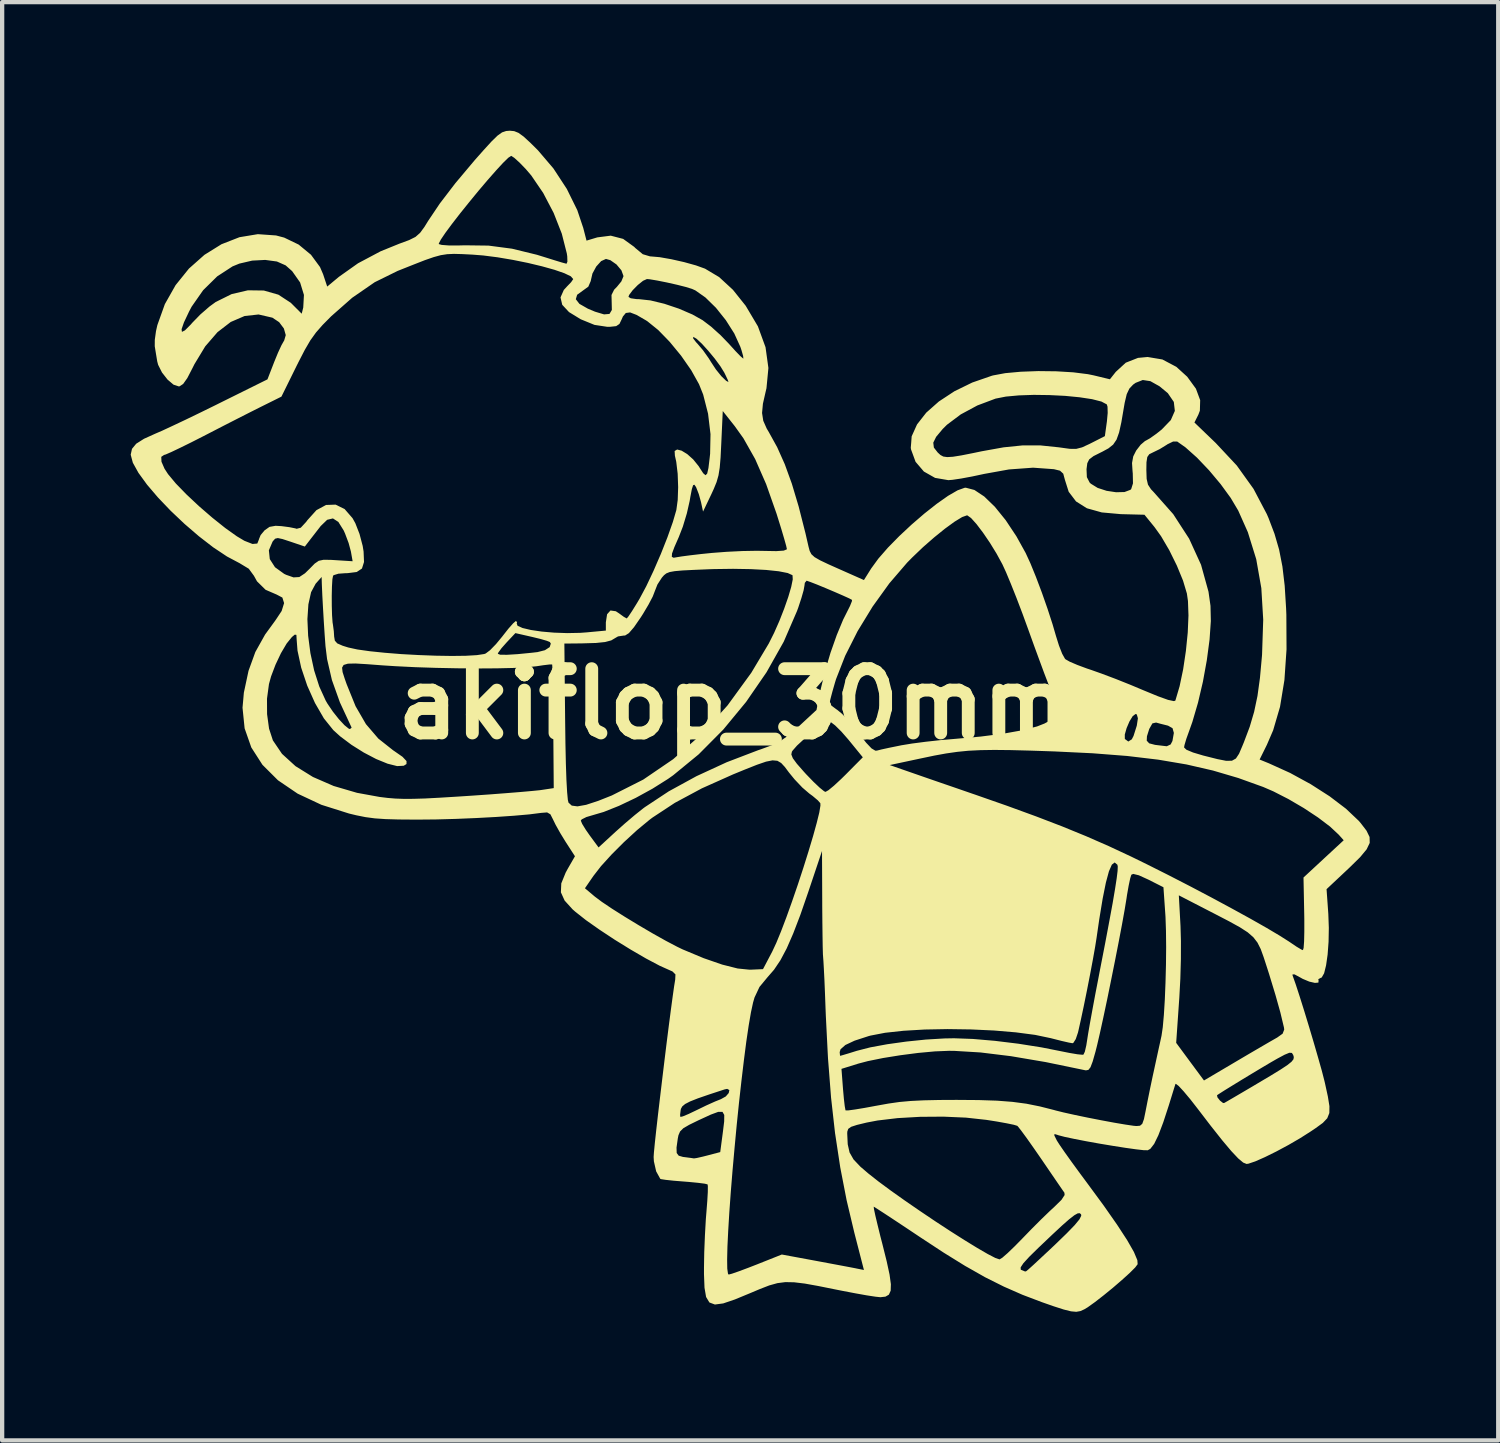
<source format=kicad_pcb>
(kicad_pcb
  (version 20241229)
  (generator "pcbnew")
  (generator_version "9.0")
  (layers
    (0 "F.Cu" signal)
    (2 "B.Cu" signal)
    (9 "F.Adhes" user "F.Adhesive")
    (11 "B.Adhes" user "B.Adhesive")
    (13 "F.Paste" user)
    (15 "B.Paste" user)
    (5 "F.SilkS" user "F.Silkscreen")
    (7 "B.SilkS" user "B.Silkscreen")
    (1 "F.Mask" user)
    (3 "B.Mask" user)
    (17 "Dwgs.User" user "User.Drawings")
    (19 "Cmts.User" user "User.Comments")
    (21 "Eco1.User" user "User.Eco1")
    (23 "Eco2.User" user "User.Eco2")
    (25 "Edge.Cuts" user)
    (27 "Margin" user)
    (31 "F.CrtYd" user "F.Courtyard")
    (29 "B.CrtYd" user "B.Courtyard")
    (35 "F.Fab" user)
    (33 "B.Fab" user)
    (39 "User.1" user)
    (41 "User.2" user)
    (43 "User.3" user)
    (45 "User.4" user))
  (footprint "akiflop_30mm"
    (layer "F.Cu")
    (at 14.079 13.375)
    (property "Reference" "akiflop_30mm" (at 0 0 0) (layer "F.SilkS") (effects (font (size 1.5 1.5) (thickness 0.3))))
    (attr board_only exclude_from_pos_files exclude_from_bom)
    (fp_poly (pts (xy -5.131 -13.365) (xy -5.031 -13.325) (xy -4.913 -13.24) (xy -4.755 -13.095) (xy -4.575 -12.916) (xy -4.216 -12.495) (xy -3.903 -12.017) (xy -3.658 -11.52) (xy -3.519 -11.105) (xy -3.443 -10.81) (xy -3.191 -10.886) (xy -2.878 -10.926) (xy -2.589 -10.851) (xy -2.33 -10.664) (xy -2.307 -10.64) (xy -2.13 -10.493) (xy -1.959 -10.442) (xy -1.944 -10.442) (xy -1.737 -10.424) (xy -1.463 -10.376) (xy -1.166 -10.309) (xy -0.889 -10.232) (xy -0.678 -10.156) (xy -0.348 -9.959) (xy -0.027 -9.663) (xy 0.271 -9.29) (xy 0.556 -8.81) (xy 0.734 -8.323) (xy 0.801 -7.838) (xy 0.756 -7.366) (xy 0.739 -7.295) (xy 0.673 -7.005) (xy 0.653 -6.788) (xy 0.681 -6.607) (xy 0.761 -6.426) (xy 0.811 -6.342) (xy 1.006 -5.989) (xy 1.183 -5.593) (xy 1.348 -5.138) (xy 1.507 -4.606) (xy 1.666 -3.981) (xy 1.737 -3.671) (xy 1.764 -3.57) (xy 1.804 -3.493) (xy 1.878 -3.425) (xy 2.006 -3.351) (xy 2.206 -3.256) (xy 2.41 -3.165) (xy 3.03 -2.89) (xy 3.2 -3.161) (xy 3.366 -3.389) (xy 3.589 -3.645) (xy 3.854 -3.915) (xy 4.143 -4.185) (xy 4.44 -4.441) (xy 4.729 -4.669) (xy 4.993 -4.855) (xy 5.216 -4.984) (xy 5.38 -5.043) (xy 5.407 -5.045) (xy 5.608 -4.992) (xy 5.837 -4.84) (xy 6.084 -4.601) (xy 6.338 -4.287) (xy 6.589 -3.909) (xy 6.804 -3.521) (xy 6.914 -3.282) (xy 7.044 -2.963) (xy 7.182 -2.597) (xy 7.315 -2.218) (xy 7.432 -1.857) (xy 7.511 -1.586) (xy 7.582 -1.359) (xy 7.656 -1.17) (xy 7.721 -1.054) (xy 7.734 -1.041) (xy 7.832 -0.985) (xy 8.01 -0.909) (xy 8.236 -0.825) (xy 8.33 -0.794) (xy 8.586 -0.703) (xy 8.907 -0.582) (xy 9.25 -0.445) (xy 9.55 -0.319) (xy 9.89 -0.179) (xy 10.127 -0.094) (xy 10.263 -0.065) (xy 10.297 -0.077) (xy 10.396 -0.412) (xy 10.479 -0.808) (xy 10.543 -1.237) (xy 10.586 -1.665) (xy 10.603 -2.064) (xy 10.591 -2.401) (xy 10.566 -2.576) (xy 10.476 -2.877) (xy 10.332 -3.227) (xy 10.155 -3.586) (xy 9.964 -3.912) (xy 9.809 -4.128) (xy 9.576 -4.414) (xy 9.024 -4.428) (xy 8.58 -4.468) (xy 8.233 -4.565) (xy 7.979 -4.725) (xy 7.808 -4.95) (xy 7.72 -5.228) (xy 7.681 -5.372) (xy 7.605 -5.442) (xy 7.463 -5.477) (xy 7.408 -5.481) (xy 8.224 -5.481) (xy 8.232 -5.291) (xy 8.297 -5.165) (xy 8.325 -5.138) (xy 8.484 -5.04) (xy 8.693 -4.972) (xy 8.914 -4.939) (xy 9.111 -4.944) (xy 9.247 -4.995) (xy 9.266 -5.012) (xy 9.308 -5.146) (xy 9.303 -5.382) (xy 9.3 -5.408) (xy 9.296 -5.46) (xy 9.62 -5.46) (xy 9.627 -5.251) (xy 9.658 -5.116) (xy 9.728 -5.009) (xy 9.789 -4.945) (xy 10.247 -4.428) (xy 10.618 -3.856) (xy 10.896 -3.247) (xy 11.07 -2.619) (xy 11.117 -2.288) (xy 11.125 -1.934) (xy 11.095 -1.501) (xy 11.031 -1.019) (xy 10.94 -0.518) (xy 10.825 -0.027) (xy 10.693 0.423) (xy 10.619 0.631) (xy 10.553 0.815) (xy 10.51 0.96) (xy 10.5 1.016) (xy 10.555 1.069) (xy 10.71 1.134) (xy 10.948 1.205) (xy 10.984 1.214) (xy 11.278 1.288) (xy 11.481 1.328) (xy 11.617 1.326) (xy 11.71 1.274) (xy 11.783 1.163) (xy 11.859 0.985) (xy 11.896 0.895) (xy 12.032 0.534) (xy 12.135 0.185) (xy 12.213 -0.185) (xy 12.271 -0.607) (xy 12.317 -1.112) (xy 12.32 -1.152) (xy 12.347 -1.966) (xy 12.303 -2.702) (xy 12.184 -3.377) (xy 11.988 -4.008) (xy 11.764 -4.511) (xy 11.588 -4.807) (xy 11.353 -5.129) (xy 11.083 -5.451) (xy 10.802 -5.746) (xy 10.533 -5.986) (xy 10.339 -6.123) (xy 10.244 -6.122) (xy 10.11 -6.057) (xy 10.097 -6.047) (xy 9.931 -5.945) (xy 9.775 -5.869) (xy 9.688 -5.826) (xy 9.642 -5.761) (xy 9.623 -5.639) (xy 9.62 -5.46) (xy 9.296 -5.46) (xy 9.286 -5.621) (xy 9.314 -5.775) (xy 9.383 -5.912) (xy 9.488 -6.048) (xy 9.59 -6.135) (xy 9.606 -6.142) (xy 9.705 -6.198) (xy 9.856 -6.305) (xy 9.98 -6.404) (xy 10.191 -6.623) (xy 10.285 -6.837) (xy 10.261 -7.046) (xy 10.121 -7.251) (xy 9.929 -7.41) (xy 9.714 -7.531) (xy 9.537 -7.558) (xy 9.37 -7.492) (xy 9.311 -7.45) (xy 9.224 -7.358) (xy 9.162 -7.227) (xy 9.114 -7.024) (xy 9.094 -6.907) (xy 9.037 -6.573) (xy 8.984 -6.333) (xy 8.924 -6.166) (xy 8.845 -6.05) (xy 8.736 -5.963) (xy 8.587 -5.882) (xy 8.568 -5.873) (xy 8.387 -5.782) (xy 8.287 -5.706) (xy 8.242 -5.617) (xy 8.225 -5.484) (xy 8.224 -5.481) (xy 7.408 -5.481) (xy 6.977 -5.512) (xy 6.415 -5.471) (xy 5.838 -5.367) (xy 5.557 -5.307) (xy 5.299 -5.259) (xy 5.097 -5.229) (xy 5 -5.221) (xy 4.69 -5.274) (xy 4.429 -5.422) (xy 4.235 -5.649) (xy 4.129 -5.938) (xy 4.123 -5.976) (xy 4.133 -6.096) (xy 4.648 -6.096) (xy 4.662 -5.981) (xy 4.752 -5.866) (xy 4.815 -5.808) (xy 4.882 -5.772) (xy 4.973 -5.759) (xy 5.107 -5.767) (xy 5.306 -5.799) (xy 5.588 -5.855) (xy 5.779 -5.895) (xy 6.29 -5.987) (xy 6.733 -6.032) (xy 7.146 -6.032) (xy 7.569 -5.988) (xy 7.615 -5.982) (xy 7.832 -5.952) (xy 7.984 -5.951) (xy 8.12 -5.986) (xy 8.289 -6.064) (xy 8.329 -6.084) (xy 8.652 -6.248) (xy 8.7 -6.593) (xy 8.718 -6.79) (xy 8.714 -6.936) (xy 8.697 -6.989) (xy 8.572 -7.055) (xy 8.352 -7.111) (xy 8.062 -7.155) (xy 7.723 -7.188) (xy 7.359 -7.206) (xy 6.992 -7.211) (xy 6.645 -7.199) (xy 6.342 -7.171) (xy 6.104 -7.124) (xy 6.097 -7.122) (xy 5.677 -6.964) (xy 5.289 -6.755) (xy 4.968 -6.514) (xy 4.869 -6.416) (xy 4.715 -6.232) (xy 4.648 -6.096) (xy 4.133 -6.096) (xy 4.144 -6.244) (xy 4.269 -6.521) (xy 4.484 -6.796) (xy 4.779 -7.057) (xy 5.141 -7.295) (xy 5.558 -7.499) (xy 6.017 -7.658) (xy 6.049 -7.666) (xy 6.329 -7.718) (xy 6.69 -7.751) (xy 7.098 -7.766) (xy 7.518 -7.761) (xy 7.915 -7.737) (xy 8.256 -7.694) (xy 8.388 -7.667) (xy 8.77 -7.575) (xy 8.907 -7.748) (xy 9.14 -7.962) (xy 9.425 -8.074) (xy 9.649 -8.095) (xy 9.995 -8.037) (xy 10.32 -7.865) (xy 10.574 -7.634) (xy 10.777 -7.355) (xy 10.876 -7.088) (xy 10.869 -6.842) (xy 10.834 -6.75) (xy 10.742 -6.566) (xy 11.239 -6.088) (xy 11.73 -5.563) (xy 12.121 -5.018) (xy 12.431 -4.429) (xy 12.47 -4.339) (xy 12.611 -3.968) (xy 12.718 -3.6) (xy 12.795 -3.206) (xy 12.848 -2.759) (xy 12.881 -2.23) (xy 12.887 -2.082) (xy 12.891 -1.272) (xy 12.842 -0.558) (xy 12.739 0.069) (xy 12.579 0.615) (xy 12.432 0.956) (xy 12.263 1.298) (xy 12.481 1.387) (xy 12.975 1.611) (xy 13.455 1.873) (xy 13.898 2.157) (xy 14.278 2.446) (xy 14.574 2.726) (xy 14.624 2.784) (xy 14.758 2.959) (xy 14.829 3.106) (xy 14.832 3.244) (xy 14.76 3.394) (xy 14.609 3.576) (xy 14.373 3.808) (xy 14.333 3.846) (xy 13.825 4.323) (xy 13.866 4.899) (xy 13.878 5.226) (xy 13.872 5.55) (xy 13.85 5.848) (xy 13.814 6.1) (xy 13.768 6.286) (xy 13.712 6.384) (xy 13.687 6.394) (xy 13.632 6.424) (xy 13.639 6.453) (xy 13.635 6.503) (xy 13.553 6.51) (xy 13.422 6.48) (xy 13.271 6.417) (xy 13.21 6.383) (xy 13.077 6.311) (xy 13.029 6.313) (xy 13.033 6.339) (xy 13.103 6.536) (xy 13.195 6.818) (xy 13.302 7.158) (xy 13.415 7.529) (xy 13.527 7.905) (xy 13.629 8.258) (xy 13.715 8.562) (xy 13.774 8.791) (xy 13.788 8.85) (xy 13.856 9.163) (xy 13.892 9.387) (xy 13.89 9.547) (xy 13.841 9.669) (xy 13.738 9.777) (xy 13.575 9.896) (xy 13.461 9.973) (xy 13.213 10.131) (xy 12.936 10.292) (xy 12.653 10.444) (xy 12.388 10.575) (xy 12.164 10.674) (xy 12.004 10.728) (xy 11.959 10.735) (xy 11.88 10.703) (xy 11.763 10.605) (xy 11.601 10.433) (xy 11.39 10.182) (xy 11.123 9.845) (xy 10.825 9.456) (xy 10.645 9.225) (xy 10.566 9.131) (xy 11.269 9.131) (xy 11.279 9.181) (xy 11.339 9.257) (xy 11.408 9.311) (xy 11.433 9.314) (xy 11.493 9.28) (xy 11.636 9.197) (xy 11.842 9.076) (xy 12.092 8.929) (xy 12.201 8.864) (xy 12.523 8.673) (xy 12.756 8.53) (xy 12.913 8.426) (xy 13.007 8.35) (xy 13.053 8.292) (xy 13.061 8.241) (xy 13.047 8.192) (xy 13.016 8.144) (xy 12.957 8.14) (xy 12.846 8.186) (xy 12.678 8.276) (xy 12.535 8.358) (xy 12.334 8.477) (xy 12.099 8.618) (xy 11.854 8.766) (xy 11.624 8.907) (xy 11.433 9.025) (xy 11.305 9.107) (xy 11.269 9.131) (xy 10.566 9.131) (xy 10.49 9.04) (xy 10.374 8.915) (xy 10.308 8.865) (xy 10.299 8.869) (xy 10.27 8.96) (xy 10.218 9.129) (xy 10.153 9.339) (xy 10.148 9.356) (xy 10.015 9.763) (xy 9.901 10.064) (xy 9.802 10.267) (xy 9.713 10.382) (xy 9.653 10.415) (xy 9.561 10.414) (xy 9.378 10.393) (xy 9.128 10.358) (xy 8.836 10.312) (xy 8.524 10.26) (xy 8.218 10.205) (xy 7.941 10.151) (xy 7.718 10.104) (xy 7.572 10.066) (xy 7.547 10.057) (xy 7.477 10.036) (xy 7.473 10.07) (xy 7.529 10.183) (xy 7.529 10.184) (xy 7.594 10.286) (xy 7.716 10.463) (xy 7.881 10.694) (xy 8.076 10.961) (xy 8.234 11.174) (xy 8.623 11.703) (xy 8.935 12.149) (xy 9.171 12.511) (xy 9.33 12.789) (xy 9.41 12.98) (xy 9.417 13.074) (xy 9.36 13.15) (xy 9.231 13.279) (xy 9.051 13.442) (xy 8.842 13.622) (xy 8.624 13.8) (xy 8.421 13.958) (xy 8.252 14.079) (xy 8.172 14.127) (xy 8.081 14.168) (xy 7.985 14.185) (xy 7.863 14.174) (xy 7.694 14.132) (xy 7.455 14.055) (xy 7.186 13.961) (xy 6.73 13.788) (xy 6.295 13.597) (xy 5.857 13.378) (xy 5.452 13.148) (xy 6.687 13.148) (xy 6.689 13.2) (xy 6.696 13.205) (xy 6.785 13.242) (xy 6.811 13.242) (xy 6.864 13.199) (xy 6.986 13.089) (xy 7.161 12.926) (xy 7.375 12.726) (xy 7.497 12.611) (xy 7.764 12.352) (xy 7.949 12.161) (xy 8.059 12.027) (xy 8.101 11.943) (xy 8.097 11.911) (xy 8.067 11.884) (xy 8.018 11.888) (xy 7.941 11.931) (xy 7.823 12.022) (xy 7.655 12.17) (xy 7.426 12.383) (xy 7.124 12.67) (xy 7.106 12.687) (xy 6.887 12.902) (xy 6.75 13.052) (xy 6.687 13.148) (xy 5.452 13.148) (xy 5.396 13.117) (xy 4.889 12.803) (xy 4.353 12.451) (xy 4.04 12.242) (xy 3.761 12.057) (xy 3.53 11.905) (xy 3.362 11.796) (xy 3.27 11.738) (xy 3.258 11.732) (xy 3.264 11.786) (xy 3.295 11.933) (xy 3.348 12.155) (xy 3.416 12.432) (xy 3.459 12.597) (xy 3.561 13.006) (xy 3.628 13.316) (xy 3.659 13.541) (xy 3.654 13.693) (xy 3.612 13.785) (xy 3.533 13.831) (xy 3.416 13.844) (xy 3.411 13.844) (xy 3.298 13.832) (xy 3.095 13.801) (xy 2.827 13.753) (xy 2.519 13.694) (xy 2.373 13.665) (xy 1.966 13.583) (xy 1.65 13.526) (xy 1.401 13.496) (xy 1.196 13.492) (xy 1.011 13.516) (xy 0.821 13.569) (xy 0.604 13.653) (xy 0.386 13.745) (xy 0.021 13.896) (xy -0.253 13.989) (xy -0.447 14.015) (xy -0.576 13.967) (xy -0.653 13.839) (xy -0.69 13.623) (xy -0.702 13.311) (xy -0.702 13.15) (xy -0.699 12.962) (xy -0.162 12.962) (xy -0.159 13.177) (xy -0.142 13.296) (xy -0.127 13.316) (xy -0.048 13.295) (xy 0.114 13.239) (xy 0.333 13.157) (xy 0.526 13.082) (xy 1.114 12.848) (xy 1.891 12.992) (xy 2.196 13.049) (xy 2.474 13.101) (xy 2.697 13.143) (xy 2.837 13.17) (xy 2.849 13.173) (xy 3.03 13.209) (xy 2.806 12.339) (xy 2.626 11.581) (xy 2.478 10.818) (xy 2.358 10.027) (xy 2.357 10.025) (xy 2.64 10.025) (xy 2.652 10.276) (xy 2.695 10.467) (xy 2.788 10.63) (xy 2.948 10.799) (xy 3.136 10.96) (xy 3.371 11.145) (xy 3.659 11.358) (xy 3.986 11.59) (xy 4.336 11.831) (xy 4.694 12.072) (xy 5.047 12.303) (xy 5.378 12.513) (xy 5.673 12.694) (xy 5.918 12.836) (xy 6.097 12.929) (xy 6.195 12.962) (xy 6.259 12.923) (xy 6.384 12.814) (xy 6.551 12.653) (xy 6.723 12.478) (xy 6.944 12.25) (xy 7.17 12.024) (xy 7.37 11.831) (xy 7.473 11.736) (xy 7.64 11.572) (xy 7.713 11.46) (xy 7.708 11.406) (xy 7.657 11.333) (xy 7.554 11.183) (xy 7.411 10.974) (xy 7.241 10.725) (xy 7.161 10.608) (xy 6.983 10.351) (xy 6.826 10.129) (xy 6.702 9.96) (xy 6.624 9.861) (xy 6.608 9.845) (xy 6.529 9.821) (xy 6.36 9.786) (xy 6.127 9.744) (xy 5.886 9.706) (xy 5.413 9.654) (xy 4.886 9.631) (xy 4.342 9.635) (xy 3.817 9.665) (xy 3.347 9.721) (xy 3.094 9.769) (xy 2.867 9.824) (xy 2.732 9.868) (xy 2.664 9.916) (xy 2.642 9.98) (xy 2.64 10.025) (xy 2.357 10.025) (xy 2.263 9.187) (xy 2.211 8.516) (xy 2.506 8.516) (xy 2.542 8.989) (xy 2.562 9.211) (xy 2.582 9.384) (xy 2.599 9.478) (xy 2.603 9.486) (xy 2.667 9.485) (xy 2.822 9.464) (xy 3.046 9.427) (xy 3.316 9.377) (xy 3.323 9.376) (xy 3.6 9.326) (xy 3.858 9.289) (xy 4.124 9.265) (xy 4.426 9.25) (xy 4.793 9.242) (xy 5.191 9.24) (xy 5.708 9.244) (xy 6.134 9.258) (xy 6.496 9.286) (xy 6.82 9.329) (xy 7.134 9.392) (xy 7.465 9.476) (xy 7.496 9.485) (xy 7.689 9.533) (xy 7.95 9.591) (xy 8.253 9.654) (xy 8.57 9.716) (xy 8.871 9.772) (xy 9.131 9.816) (xy 9.321 9.844) (xy 9.388 9.85) (xy 9.472 9.843) (xy 9.525 9.798) (xy 9.564 9.689) (xy 9.605 9.49) (xy 9.605 9.488) (xy 9.65 9.259) (xy 9.709 8.967) (xy 9.773 8.664) (xy 9.795 8.564) (xy 9.855 8.287) (xy 9.913 8.021) (xy 9.938 7.909) (xy 10.316 7.909) (xy 10.64 8.348) (xy 10.965 8.787) (xy 11.725 8.338) (xy 12.008 8.171) (xy 12.27 8.018) (xy 12.488 7.891) (xy 12.638 7.805) (xy 12.672 7.786) (xy 12.8 7.695) (xy 12.837 7.599) (xy 12.831 7.551) (xy 12.747 7.199) (xy 12.633 6.792) (xy 12.485 6.306) (xy 12.438 6.159) (xy 12.358 5.912) (xy 12.289 5.721) (xy 12.213 5.57) (xy 12.117 5.445) (xy 11.985 5.33) (xy 11.801 5.211) (xy 11.549 5.072) (xy 11.216 4.899) (xy 11.07 4.824) (xy 10.378 4.467) (xy 10.417 5.181) (xy 10.427 5.532) (xy 10.426 5.958) (xy 10.413 6.415) (xy 10.389 6.862) (xy 10.386 6.902) (xy 10.316 7.909) (xy 9.938 7.909) (xy 9.96 7.807) (xy 9.974 7.743) (xy 10.003 7.547) (xy 10.029 7.257) (xy 10.051 6.901) (xy 10.067 6.502) (xy 10.078 6.084) (xy 10.082 5.674) (xy 10.078 5.296) (xy 10.067 4.975) (xy 10.063 4.911) (xy 10.019 4.278) (xy 9.665 4.099) (xy 9.445 3.999) (xy 9.314 3.967) (xy 9.27 3.986) (xy 9.243 4.072) (xy 9.207 4.242) (xy 9.168 4.464) (xy 9.158 4.534) (xy 9.115 4.796) (xy 9.053 5.141) (xy 8.976 5.547) (xy 8.889 5.991) (xy 8.797 6.449) (xy 8.705 6.9) (xy 8.616 7.319) (xy 8.536 7.684) (xy 8.469 7.973) (xy 8.433 8.115) (xy 8.368 8.343) (xy 8.317 8.478) (xy 8.268 8.54) (xy 8.21 8.551) (xy 8.187 8.547) (xy 7.273 8.358) (xy 6.461 8.22) (xy 5.75 8.133) (xy 5.136 8.096) (xy 5.012 8.095) (xy 4.687 8.108) (xy 4.297 8.144) (xy 3.881 8.198) (xy 3.477 8.263) (xy 3.122 8.335) (xy 2.901 8.393) (xy 2.506 8.516) (xy 2.211 8.516) (xy 2.192 8.277) (xy 2.184 8.126) (xy 2.464 8.126) (xy 2.472 8.203) (xy 2.478 8.212) (xy 2.537 8.195) (xy 2.678 8.153) (xy 2.864 8.095) (xy 3.179 8.014) (xy 3.575 7.941) (xy 4.02 7.879) (xy 4.476 7.832) (xy 4.911 7.806) (xy 5.133 7.802) (xy 5.573 7.818) (xy 6.086 7.862) (xy 6.633 7.929) (xy 7.176 8.015) (xy 7.589 8.097) (xy 7.824 8.144) (xy 8.014 8.176) (xy 8.131 8.187) (xy 8.153 8.183) (xy 8.185 8.115) (xy 8.219 7.967) (xy 8.238 7.847) (xy 8.261 7.699) (xy 8.303 7.457) (xy 8.36 7.144) (xy 8.428 6.779) (xy 8.504 6.386) (xy 8.536 6.218) (xy 8.658 5.59) (xy 8.756 5.069) (xy 8.834 4.647) (xy 8.89 4.316) (xy 8.928 4.069) (xy 8.949 3.897) (xy 8.953 3.793) (xy 8.944 3.752) (xy 8.881 3.7) (xy 8.815 3.751) (xy 8.747 3.906) (xy 8.676 4.169) (xy 8.601 4.542) (xy 8.521 5.028) (xy 8.459 5.455) (xy 8.425 5.669) (xy 8.372 5.967) (xy 8.306 6.318) (xy 8.233 6.691) (xy 8.159 7.055) (xy 8.09 7.379) (xy 8.033 7.633) (xy 8.024 7.67) (xy 7.973 7.821) (xy 7.917 7.909) (xy 7.897 7.918) (xy 7.812 7.903) (xy 7.646 7.865) (xy 7.433 7.811) (xy 7.391 7.8) (xy 7.024 7.723) (xy 6.575 7.664) (xy 6.068 7.621) (xy 5.529 7.596) (xy 4.981 7.588) (xy 4.448 7.598) (xy 3.954 7.627) (xy 3.524 7.674) (xy 3.182 7.74) (xy 3.138 7.752) (xy 2.812 7.858) (xy 2.597 7.959) (xy 2.484 8.059) (xy 2.464 8.126) (xy 2.184 8.126) (xy 2.141 7.276) (xy 2.134 7.098) (xy 2.121 6.748) (xy 2.108 6.436) (xy 2.095 6.181) (xy 2.085 6.003) (xy 2.079 5.925) (xy 2.073 5.841) (xy 2.068 5.66) (xy 2.064 5.399) (xy 2.06 5.078) (xy 2.057 4.717) (xy 2.057 4.634) (xy 2.052 3.432) (xy 1.73 4.392) (xy 1.546 4.924) (xy 1.38 5.357) (xy 1.228 5.705) (xy 1.081 5.982) (xy 0.933 6.202) (xy 0.779 6.379) (xy 0.593 6.604) (xy 0.477 6.851) (xy 0.443 6.969) (xy 0.394 7.196) (xy 0.341 7.504) (xy 0.285 7.882) (xy 0.229 8.317) (xy 0.172 8.795) (xy 0.115 9.304) (xy 0.061 9.831) (xy 0.011 10.363) (xy -0.036 10.889) (xy -0.077 11.394) (xy -0.111 11.867) (xy -0.137 12.295) (xy -0.155 12.664) (xy -0.162 12.962) (xy -0.699 12.962) (xy -0.696 12.793) (xy -0.68 12.399) (xy -0.659 12.027) (xy -0.645 11.853) (xy -0.625 11.598) (xy -0.613 11.389) (xy -0.612 11.252) (xy -0.618 11.212) (xy -0.685 11.195) (xy -0.842 11.175) (xy -1.059 11.154) (xy -1.173 11.145) (xy -1.409 11.126) (xy -1.595 11.106) (xy -1.705 11.089) (xy -1.722 11.082) (xy -1.818 10.908) (xy -1.871 10.674) (xy -1.877 10.571) (xy -1.87 10.464) (xy -1.859 10.353) (xy -1.343 10.353) (xy -1.339 10.479) (xy -1.292 10.542) (xy -1.192 10.571) (xy -1.159 10.575) (xy -1.019 10.593) (xy -0.94 10.605) (xy -0.939 10.606) (xy -0.87 10.596) (xy -0.726 10.563) (xy -0.616 10.535) (xy -0.323 10.458) (xy -0.26 9.981) (xy -0.231 9.743) (xy -0.229 9.592) (xy -0.27 9.52) (xy -0.369 9.519) (xy -0.542 9.583) (xy -0.805 9.704) (xy -0.827 9.714) (xy -1.048 9.822) (xy -1.185 9.902) (xy -1.26 9.977) (xy -1.298 10.065) (xy -1.313 10.14) (xy -1.343 10.353) (xy -1.859 10.353) (xy -1.85 10.257) (xy -1.819 9.97) (xy -1.779 9.618) (xy -1.776 9.591) (xy -1.26 9.591) (xy -1.253 9.638) (xy -1.194 9.624) (xy -1.06 9.568) (xy -0.878 9.481) (xy -0.865 9.475) (xy -0.647 9.369) (xy -0.442 9.277) (xy -0.307 9.223) (xy -0.194 9.16) (xy -0.125 9.08) (xy -0.11 9.011) (xy -0.161 8.983) (xy -0.22 8.995) (xy -0.58 9.113) (xy -0.844 9.204) (xy -1.026 9.276) (xy -1.142 9.336) (xy -1.208 9.391) (xy -1.24 9.448) (xy -1.246 9.475) (xy -1.26 9.591) (xy -1.776 9.591) (xy -1.732 9.22) (xy -1.681 8.792) (xy -1.628 8.353) (xy -1.575 7.92) (xy -1.523 7.51) (xy -1.475 7.141) (xy -1.433 6.83) (xy -1.4 6.595) (xy -1.377 6.453) (xy -1.374 6.438) (xy -1.368 6.312) (xy -1.439 6.242) (xy -1.483 6.223) (xy -1.735 6.11) (xy -2.054 5.941) (xy -2.412 5.733) (xy -2.783 5.504) (xy -3.139 5.269) (xy -3.456 5.046) (xy -3.704 4.85) (xy -3.769 4.793) (xy -3.954 4.589) (xy -4.041 4.397) (xy -4.037 4.302) (xy -3.48 4.302) (xy -3.251 4.495) (xy -3.087 4.618) (xy -2.846 4.78) (xy -2.55 4.967) (xy -2.226 5.164) (xy -1.897 5.357) (xy -1.59 5.529) (xy -1.329 5.666) (xy -1.203 5.727) (xy -0.71 5.933) (xy -0.277 6.083) (xy 0.084 6.174) (xy 0.361 6.202) (xy 0.381 6.202) (xy 0.675 6.189) (xy 0.891 5.778) (xy 0.984 5.579) (xy 1.096 5.307) (xy 1.221 4.978) (xy 1.353 4.609) (xy 1.487 4.219) (xy 1.617 3.823) (xy 1.737 3.44) (xy 1.843 3.086) (xy 1.928 2.779) (xy 1.988 2.536) (xy 2.015 2.373) (xy 2.013 2.317) (xy 1.955 2.251) (xy 1.834 2.149) (xy 1.756 2.092) (xy 1.593 1.952) (xy 1.412 1.761) (xy 1.282 1.602) (xy 1.184 1.471) (xy 1.099 1.379) (xy 1.01 1.327) (xy 0.898 1.317) (xy 0.746 1.347) (xy 0.534 1.42) (xy 0.244 1.535) (xy -0.024 1.645) (xy -0.751 1.97) (xy -1.381 2.308) (xy -1.905 2.653) (xy -1.974 2.705) (xy -2.264 2.945) (xy -2.568 3.224) (xy -2.857 3.513) (xy -3.105 3.786) (xy -3.282 4.014) (xy -3.48 4.302) (xy -4.037 4.302) (xy -4.032 4.188) (xy -3.93 3.937) (xy -3.88 3.845) (xy -3.713 3.555) (xy -3.93 3.22) (xy -4.055 3.016) (xy -4.164 2.821) (xy -4.212 2.723) (xy -3.577 2.723) (xy -3.544 2.801) (xy -3.459 2.939) (xy -3.369 3.068) (xy -3.162 3.349) (xy -2.769 2.987) (xy -2.549 2.791) (xy -2.318 2.595) (xy -2.12 2.437) (xy -2.082 2.409) (xy -1.524 2.04) (xy -0.877 1.686) (xy -0.172 1.361) (xy 0.301 1.18) (xy 1.336 1.18) (xy 1.371 1.268) (xy 1.465 1.396) (xy 1.629 1.583) (xy 1.678 1.637) (xy 1.851 1.816) (xy 1.999 1.956) (xy 2.102 2.039) (xy 2.134 2.053) (xy 2.202 2.014) (xy 2.331 1.908) (xy 2.497 1.754) (xy 2.603 1.65) (xy 2.824 1.427) (xy 3.632 1.427) (xy 4.207 1.627) (xy 4.486 1.724) (xy 4.833 1.844) (xy 5.208 1.973) (xy 5.566 2.097) (xy 5.602 2.109) (xy 6.371 2.378) (xy 7.048 2.625) (xy 7.655 2.858) (xy 8.212 3.086) (xy 8.74 3.317) (xy 9.262 3.561) (xy 9.62 3.736) (xy 10.13 3.992) (xy 10.643 4.256) (xy 11.144 4.52) (xy 11.619 4.776) (xy 12.052 5.014) (xy 12.427 5.227) (xy 12.73 5.407) (xy 12.946 5.544) (xy 12.974 5.563) (xy 13.125 5.665) (xy 13.238 5.732) (xy 13.274 5.746) (xy 13.29 5.692) (xy 13.301 5.541) (xy 13.306 5.314) (xy 13.306 5.031) (xy 13.304 4.9) (xy 13.287 4.051) (xy 13.756 3.616) (xy 14.225 3.182) (xy 14.108 3.051) (xy 13.907 2.863) (xy 13.626 2.65) (xy 13.293 2.43) (xy 12.936 2.221) (xy 12.584 2.041) (xy 12.346 1.938) (xy 11.765 1.729) (xy 11.175 1.555) (xy 10.558 1.413) (xy 9.897 1.301) (xy 9.173 1.215) (xy 8.368 1.152) (xy 7.479 1.109) (xy 6.919 1.09) (xy 6.457 1.078) (xy 6.073 1.074) (xy 5.75 1.079) (xy 5.467 1.093) (xy 5.206 1.119) (xy 4.948 1.156) (xy 4.673 1.206) (xy 4.363 1.271) (xy 4.353 1.273) (xy 3.632 1.427) (xy 2.824 1.427) (xy 3.004 1.246) (xy 2.663 0.828) (xy 2.502 0.644) (xy 2.357 0.501) (xy 2.252 0.421) (xy 2.222 0.411) (xy 2.13 0.448) (xy 1.982 0.545) (xy 1.805 0.679) (xy 1.624 0.829) (xy 1.469 0.972) (xy 1.367 1.088) (xy 1.349 1.115) (xy 1.336 1.18) (xy 0.301 1.18) (xy 0.563 1.08) (xy 0.626 1.059) (xy 0.886 0.963) (xy 1.089 0.861) (xy 1.279 0.727) (xy 1.501 0.533) (xy 1.515 0.52) (xy 1.923 0.142) (xy 1.956 -0.021) (xy 2.229 -0.021) (xy 2.275 0.042) (xy 2.387 0.126) (xy 2.405 0.137) (xy 2.519 0.231) (xy 2.673 0.393) (xy 2.84 0.594) (xy 2.907 0.681) (xy 3.081 0.905) (xy 3.207 1.038) (xy 3.296 1.091) (xy 3.332 1.09) (xy 3.434 1.064) (xy 3.617 1.024) (xy 3.844 0.978) (xy 3.901 0.966) (xy 4.151 0.925) (xy 4.474 0.883) (xy 4.827 0.844) (xy 5.133 0.818) (xy 5.755 0.762) (xy 6.125 0.715) (xy 9.117 0.715) (xy 9.118 0.815) (xy 9.121 0.82) (xy 9.199 0.878) (xy 9.23 0.858) (xy 9.629 0.858) (xy 9.686 0.92) (xy 9.824 0.956) (xy 10.059 0.984) (xy 10.097 0.988) (xy 10.187 0.946) (xy 10.229 0.865) (xy 10.262 0.677) (xy 10.231 0.567) (xy 10.127 0.508) (xy 10.104 0.502) (xy 9.948 0.463) (xy 9.847 0.435) (xy 9.761 0.455) (xy 9.69 0.58) (xy 9.685 0.593) (xy 9.634 0.755) (xy 9.629 0.858) (xy 9.23 0.858) (xy 9.28 0.827) (xy 9.321 0.748) (xy 9.397 0.508) (xy 9.423 0.335) (xy 9.397 0.245) (xy 9.369 0.235) (xy 9.302 0.285) (xy 9.226 0.409) (xy 9.159 0.566) (xy 9.117 0.715) (xy 6.125 0.715) (xy 6.291 0.693) (xy 6.732 0.614) (xy 7.07 0.526) (xy 7.243 0.458) (xy 7.404 0.37) (xy 7.483 0.29) (xy 7.508 0.184) (xy 7.509 0.14) (xy 7.485 -0.027) (xy 7.425 -0.234) (xy 7.387 -0.332) (xy 7.329 -0.476) (xy 7.24 -0.708) (xy 7.13 -1.006) (xy 7.005 -1.346) (xy 6.875 -1.707) (xy 6.866 -1.732) (xy 6.73 -2.105) (xy 6.591 -2.47) (xy 6.459 -2.801) (xy 6.346 -3.072) (xy 6.261 -3.257) (xy 6.124 -3.508) (xy 5.968 -3.762) (xy 5.807 -3.998) (xy 5.656 -4.197) (xy 5.53 -4.337) (xy 5.444 -4.398) (xy 5.435 -4.4) (xy 5.322 -4.36) (xy 5.145 -4.252) (xy 4.921 -4.089) (xy 4.67 -3.886) (xy 4.408 -3.657) (xy 4.156 -3.416) (xy 4.038 -3.296) (xy 3.623 -2.813) (xy 3.232 -2.27) (xy 2.882 -1.697) (xy 2.592 -1.122) (xy 2.379 -0.577) (xy 2.353 -0.492) (xy 2.293 -0.283) (xy 2.249 -0.116) (xy 2.229 -0.025) (xy 2.229 -0.021) (xy 1.956 -0.021) (xy 2.024 -0.354) (xy 2.122 -0.762) (xy 2.25 -1.193) (xy 2.396 -1.607) (xy 2.545 -1.966) (xy 2.626 -2.127) (xy 2.705 -2.285) (xy 2.749 -2.395) (xy 2.752 -2.427) (xy 2.685 -2.463) (xy 2.539 -2.529) (xy 2.346 -2.613) (xy 2.136 -2.702) (xy 1.937 -2.784) (xy 1.78 -2.845) (xy 1.696 -2.874) (xy 1.691 -2.874) (xy 1.651 -2.825) (xy 1.642 -2.759) (xy 1.623 -2.652) (xy 1.571 -2.47) (xy 1.497 -2.245) (xy 1.468 -2.166) (xy 1.159 -1.452) (xy 0.757 -0.738) (xy 0.281 -0.047) (xy -0.252 0.599) (xy -0.826 1.177) (xy -1.422 1.666) (xy -1.541 1.75) (xy -1.903 1.978) (xy -2.295 2.193) (xy -2.686 2.379) (xy -3.042 2.521) (xy -3.277 2.59) (xy -3.446 2.64) (xy -3.554 2.694) (xy -3.577 2.723) (xy -4.212 2.723) (xy -4.224 2.698) (xy -4.286 2.576) (xy -4.363 2.532) (xy -4.502 2.543) (xy -4.518 2.545) (xy -4.779 2.578) (xy -5.132 2.609) (xy -5.551 2.638) (xy -6.011 2.663) (xy -6.486 2.683) (xy -6.952 2.696) (xy -7.382 2.7) (xy -7.427 2.7) (xy -7.825 2.697) (xy -8.134 2.688) (xy -8.383 2.671) (xy -8.6 2.642) (xy -8.815 2.599) (xy -8.985 2.558) (xy -9.63 2.354) (xy -10.184 2.094) (xy -10.643 1.782) (xy -11.005 1.421) (xy -11.265 1.016) (xy -11.421 0.571) (xy -11.47 0.088) (xy -11.451 -0.122) (xy -10.899 -0.122) (xy -10.897 0.239) (xy -10.851 0.577) (xy -10.763 0.847) (xy -10.763 0.849) (xy -10.549 1.165) (xy -10.233 1.453) (xy -9.827 1.705) (xy -9.344 1.915) (xy -8.798 2.075) (xy -8.271 2.171) (xy -8.083 2.194) (xy -7.901 2.209) (xy -7.708 2.216) (xy -7.485 2.215) (xy -7.213 2.207) (xy -6.874 2.189) (xy -6.45 2.163) (xy -6.101 2.14) (xy -5.7 2.112) (xy -5.322 2.083) (xy -4.987 2.056) (xy -4.718 2.032) (xy -4.536 2.014) (xy -4.494 2.008) (xy -4.208 1.965) (xy -4.219 0.529) (xy -4.223 0.132) (xy -4.228 -0.225) (xy -4.232 -0.524) (xy -4.237 -0.75) (xy -4.242 -0.887) (xy -4.245 -0.921) (xy -4.306 -0.92) (xy -4.449 -0.903) (xy -4.608 -0.879) (xy -4.827 -0.856) (xy -5.141 -0.839) (xy -5.532 -0.83) (xy -5.978 -0.827) (xy -6.458 -0.831) (xy -6.953 -0.841) (xy -7.441 -0.857) (xy -7.902 -0.88) (xy -8.198 -0.899) (xy -8.568 -0.927) (xy -8.834 -0.943) (xy -9.011 -0.939) (xy -9.111 -0.909) (xy -9.147 -0.846) (xy -9.135 -0.742) (xy -9.086 -0.59) (xy -9.041 -0.462) (xy -8.832 0.054) (xy -8.59 0.472) (xy -8.301 0.809) (xy -7.955 1.083) (xy -7.934 1.097) (xy -7.737 1.234) (xy -7.643 1.334) (xy -7.644 1.403) (xy -7.708 1.443) (xy -7.863 1.451) (xy -8.085 1.395) (xy -8.352 1.286) (xy -8.64 1.135) (xy -8.927 0.955) (xy -9.191 0.757) (xy -9.351 0.612) (xy -9.572 0.337) (xy -9.779 -0.021) (xy -9.96 -0.426) (xy -10.101 -0.846) (xy -10.187 -1.244) (xy -10.207 -1.502) (xy -10.213 -1.611) (xy -10.251 -1.616) (xy -10.318 -1.56) (xy -10.44 -1.409) (xy -10.574 -1.182) (xy -10.701 -0.913) (xy -10.804 -0.641) (xy -10.853 -0.463) (xy -10.899 -0.122) (xy -11.451 -0.122) (xy -11.439 -0.261) (xy -11.33 -0.772) (xy -11.171 -1.211) (xy -10.943 -1.619) (xy -10.712 -1.936) (xy -10.683 -1.978) (xy -9.956 -1.978) (xy -9.939 -1.591) (xy -9.886 -1.185) (xy -9.799 -0.782) (xy -9.679 -0.406) (xy -9.529 -0.077) (xy -9.486 -0.003) (xy -9.361 0.181) (xy -9.222 0.356) (xy -9.091 0.497) (xy -8.992 0.577) (xy -8.964 0.587) (xy -8.925 0.555) (xy -8.929 0.543) (xy -9.197 -0.034) (xy -9.384 -0.557) (xy -9.497 -1.046) (xy -9.534 -1.349) (xy -9.553 -1.608) (xy -9.573 -1.917) (xy -9.592 -2.239) (xy -9.608 -2.534) (xy -9.618 -2.763) (xy -9.62 -2.816) (xy -9.624 -2.962) (xy -9.764 -2.804) (xy -9.87 -2.607) (xy -9.933 -2.324) (xy -9.956 -1.978) (xy -10.683 -1.978) (xy -10.557 -2.168) (xy -10.5 -2.352) (xy -10.54 -2.481) (xy -10.673 -2.551) (xy -10.932 -2.663) (xy -11.132 -2.86) (xy -11.204 -2.99) (xy -11.324 -3.154) (xy -11.541 -3.285) (xy -11.833 -3.44) (xy -12.049 -3.584) (xy -10.855 -3.584) (xy -10.834 -3.379) (xy -10.712 -3.189) (xy -10.499 -3.035) (xy -10.451 -3.012) (xy -10.279 -2.952) (xy -10.145 -2.96) (xy -10.012 -3.048) (xy -9.902 -3.156) (xy -9.786 -3.274) (xy -9.692 -3.339) (xy -9.58 -3.363) (xy -9.41 -3.361) (xy -9.296 -3.354) (xy -8.901 -3.329) (xy -8.941 -3.556) (xy -8.994 -3.753) (xy -9.077 -3.974) (xy -9.11 -4.048) (xy -9.234 -4.246) (xy -9.36 -4.328) (xy -9.495 -4.296) (xy -9.646 -4.15) (xy -9.659 -4.133) (xy -9.784 -3.972) (xy -9.895 -3.829) (xy -9.921 -3.795) (xy -10.016 -3.672) (xy -10.352 -3.786) (xy -10.538 -3.847) (xy -10.646 -3.87) (xy -10.709 -3.855) (xy -10.758 -3.801) (xy -10.769 -3.786) (xy -10.855 -3.584) (xy -12.049 -3.584) (xy -12.153 -3.653) (xy -12.488 -3.912) (xy -12.824 -4.201) (xy -13.147 -4.507) (xy -13.443 -4.817) (xy -13.698 -5.116) (xy -13.898 -5.391) (xy -14.029 -5.627) (xy -14.066 -5.765) (xy -13.366 -5.765) (xy -13.361 -5.651) (xy -13.29 -5.488) (xy -13.208 -5.362) (xy -13.027 -5.144) (xy -12.778 -4.888) (xy -12.486 -4.614) (xy -12.176 -4.346) (xy -11.873 -4.104) (xy -11.602 -3.911) (xy -11.426 -3.806) (xy -11.237 -3.732) (xy -11.125 -3.742) (xy -11.087 -3.837) (xy -11.087 -3.843) (xy -11.047 -3.94) (xy -10.955 -4.05) (xy -10.84 -4.131) (xy -10.698 -4.156) (xy -10.559 -4.148) (xy -10.378 -4.124) (xy -10.238 -4.096) (xy -10.207 -4.086) (xy -10.111 -4.111) (xy -9.985 -4.247) (xy -9.955 -4.288) (xy -9.745 -4.521) (xy -9.521 -4.642) (xy -9.298 -4.65) (xy -9.088 -4.547) (xy -8.903 -4.334) (xy -8.837 -4.215) (xy -8.74 -3.966) (xy -8.666 -3.686) (xy -8.645 -3.555) (xy -8.635 -3.311) (xy -8.683 -3.159) (xy -8.805 -3.078) (xy -9.017 -3.051) (xy -9.071 -3.05) (xy -9.233 -3.038) (xy -9.34 -3.005) (xy -9.357 -2.991) (xy -9.373 -2.908) (xy -9.383 -2.741) (xy -9.388 -2.524) (xy -9.387 -2.29) (xy -9.381 -2.071) (xy -9.369 -1.903) (xy -9.36 -1.848) (xy -9.34 -1.697) (xy -9.332 -1.571) (xy -9.316 -1.476) (xy -9.259 -1.412) (xy -9.133 -1.357) (xy -9.001 -1.316) (xy -8.79 -1.27) (xy -8.499 -1.229) (xy -8.149 -1.193) (xy -7.763 -1.162) (xy -7.36 -1.14) (xy -6.961 -1.125) (xy -6.587 -1.119) (xy -6.261 -1.123) (xy -6.001 -1.138) (xy -5.83 -1.164) (xy -5.816 -1.169) (xy -5.514 -1.169) (xy -5.458 -1.148) (xy -5.3 -1.146) (xy -5.051 -1.161) (xy -4.726 -1.193) (xy -4.587 -1.209) (xy -4.414 -1.253) (xy -4.303 -1.325) (xy -4.276 -1.407) (xy -4.277 -1.408) (xy -3.96 -1.408) (xy -3.942 0.39) (xy -3.935 0.93) (xy -3.925 1.393) (xy -3.912 1.771) (xy -3.896 2.055) (xy -3.879 2.237) (xy -3.864 2.303) (xy -3.788 2.373) (xy -3.655 2.391) (xy -3.453 2.355) (xy -3.172 2.263) (xy -2.852 2.136) (xy -2.119 1.766) (xy -1.421 1.29) (xy -0.764 0.711) (xy -0.154 0.037) (xy 0.402 -0.727) (xy 0.809 -1.408) (xy 0.934 -1.657) (xy 1.057 -1.936) (xy 1.169 -2.222) (xy 1.264 -2.494) (xy 1.333 -2.729) (xy 1.369 -2.905) (xy 1.364 -2.999) (xy 1.361 -3.004) (xy 1.251 -3.054) (xy 1.041 -3.095) (xy 0.747 -3.126) (xy 0.387 -3.145) (xy -0.023 -3.152) (xy -0.467 -3.146) (xy -0.587 -3.142) (xy -0.944 -3.127) (xy -1.203 -3.114) (xy -1.383 -3.098) (xy -1.502 -3.077) (xy -1.58 -3.046) (xy -1.635 -3.003) (xy -1.685 -2.946) (xy -1.788 -2.787) (xy -1.851 -2.627) (xy -1.898 -2.505) (xy -1.995 -2.32) (xy -2.123 -2.104) (xy -2.176 -2.021) (xy -2.336 -1.789) (xy -2.455 -1.651) (xy -2.543 -1.596) (xy -2.573 -1.595) (xy -2.708 -1.575) (xy -2.767 -1.541) (xy -2.866 -1.482) (xy -3.009 -1.444) (xy -3.22 -1.422) (xy -3.523 -1.413) (xy -3.549 -1.412) (xy -3.96 -1.408) (xy -4.277 -1.408) (xy -4.299 -1.444) (xy -4.368 -1.472) (xy -4.519 -1.516) (xy -4.717 -1.564) (xy -5.103 -1.652) (xy -5.308 -1.434) (xy -5.426 -1.301) (xy -5.5 -1.2) (xy -5.514 -1.169) (xy -5.816 -1.169) (xy -5.795 -1.177) (xy -5.694 -1.253) (xy -5.555 -1.396) (xy -5.407 -1.575) (xy -5.398 -1.587) (xy -5.265 -1.756) (xy -5.156 -1.879) (xy -5.091 -1.935) (xy -5.087 -1.936) (xy -5.063 -1.899) (xy -5.072 -1.88) (xy -5.053 -1.824) (xy -4.936 -1.771) (xy -4.742 -1.725) (xy -4.49 -1.688) (xy -4.202 -1.663) (xy -3.896 -1.652) (xy -3.593 -1.658) (xy -3.441 -1.669) (xy -2.992 -1.711) (xy -2.992 -1.904) (xy -2.963 -2.092) (xy -2.884 -2.18) (xy -2.759 -2.162) (xy -2.683 -2.112) (xy -2.572 -2.031) (xy -2.506 -1.995) (xy -2.504 -1.994) (xy -2.464 -2.042) (xy -2.38 -2.168) (xy -2.267 -2.35) (xy -2.206 -2.453) (xy -2.049 -2.746) (xy -1.879 -3.106) (xy -1.738 -3.432) (xy -1.453 -3.432) (xy -1.41 -3.41) (xy -1.335 -3.423) (xy -1.225 -3.441) (xy -1.028 -3.467) (xy -0.772 -3.497) (xy -0.515 -3.523) (xy -0.173 -3.549) (xy 0.192 -3.567) (xy 0.528 -3.573) (xy 0.702 -3.57) (xy 0.986 -3.565) (xy 1.159 -3.577) (xy 1.23 -3.606) (xy 1.232 -3.615) (xy 1.215 -3.692) (xy 1.168 -3.859) (xy 1.099 -4.092) (xy 1.013 -4.368) (xy 0.992 -4.436) (xy 0.748 -5.129) (xy 0.492 -5.713) (xy 0.218 -6.198) (xy 0.015 -6.482) (xy -0.264 -6.834) (xy -0.299 -6.071) (xy -0.315 -5.749) (xy -0.335 -5.512) (xy -0.364 -5.332) (xy -0.408 -5.177) (xy -0.474 -5.016) (xy -0.528 -4.898) (xy -0.724 -4.488) (xy -0.772 -4.711) (xy -0.823 -4.895) (xy -0.883 -5.049) (xy -0.89 -5.063) (xy -0.926 -5.115) (xy -0.956 -5.103) (xy -0.985 -5.013) (xy -1.021 -4.827) (xy -1.036 -4.737) (xy -1.102 -4.446) (xy -1.196 -4.135) (xy -1.29 -3.893) (xy -1.394 -3.656) (xy -1.448 -3.509) (xy -1.453 -3.432) (xy -1.738 -3.432) (xy -1.709 -3.498) (xy -1.554 -3.89) (xy -1.428 -4.246) (xy -1.347 -4.524) (xy -1.315 -4.759) (xy -1.305 -5.057) (xy -1.316 -5.37) (xy -1.349 -5.648) (xy -1.381 -5.793) (xy -1.387 -5.901) (xy -1.329 -5.936) (xy -1.224 -5.909) (xy -1.093 -5.829) (xy -0.954 -5.705) (xy -0.827 -5.548) (xy -0.797 -5.5) (xy -0.72 -5.382) (xy -0.667 -5.336) (xy -0.628 -5.373) (xy -0.598 -5.504) (xy -0.57 -5.737) (xy -0.559 -5.837) (xy -0.55 -6.295) (xy -0.607 -6.771) (xy -0.721 -7.218) (xy -0.818 -7.46) (xy -1 -7.786) (xy -1.236 -8.125) (xy -1.501 -8.447) (xy -1.58 -8.529) (xy -0.955 -8.529) (xy -0.888 -8.441) (xy -0.853 -8.404) (xy -0.726 -8.254) (xy -0.59 -8.062) (xy -0.539 -7.979) (xy -0.423 -7.803) (xy -0.297 -7.647) (xy -0.186 -7.54) (xy -0.131 -7.51) (xy -0.145 -7.556) (xy -0.199 -7.671) (xy -0.229 -7.732) (xy -0.321 -7.881) (xy -0.453 -8.06) (xy -0.604 -8.242) (xy -0.751 -8.404) (xy -0.874 -8.519) (xy -0.951 -8.564) (xy -0.952 -8.564) (xy -0.955 -8.529) (xy -1.58 -8.529) (xy -1.77 -8.724) (xy -2.021 -8.927) (xy -2.053 -8.948) (xy -2.276 -9.077) (xy -2.426 -9.135) (xy -2.526 -9.122) (xy -2.594 -9.04) (xy -2.622 -8.975) (xy -2.675 -8.866) (xy -2.751 -8.815) (xy -2.89 -8.8) (xy -2.959 -8.799) (xy -3.257 -8.844) (xy -3.578 -8.975) (xy -3.852 -9.143) (xy -4.01 -9.313) (xy -4.04 -9.443) (xy -3.693 -9.443) (xy -3.609 -9.335) (xy -3.411 -9.222) (xy -3.244 -9.152) (xy -3.034 -9.089) (xy -2.907 -9.1) (xy -2.852 -9.192) (xy -2.856 -9.373) (xy -2.856 -9.373) (xy -2.859 -9.497) (xy -2.464 -9.497) (xy -2.411 -9.465) (xy -2.28 -9.446) (xy -2.214 -9.444) (xy -1.951 -9.415) (xy -1.628 -9.337) (xy -1.288 -9.223) (xy -0.97 -9.086) (xy -0.735 -8.954) (xy -0.536 -8.803) (xy -0.313 -8.602) (xy -0.114 -8.396) (xy -0.113 -8.394) (xy 0.034 -8.232) (xy 0.148 -8.114) (xy 0.211 -8.06) (xy 0.217 -8.058) (xy 0.211 -8.119) (xy 0.173 -8.253) (xy 0.146 -8.333) (xy 0.005 -8.643) (xy -0.193 -8.955) (xy -0.424 -9.244) (xy -0.669 -9.484) (xy -0.904 -9.649) (xy -0.982 -9.684) (xy -1.124 -9.728) (xy -1.333 -9.781) (xy -1.569 -9.834) (xy -1.793 -9.879) (xy -1.967 -9.908) (xy -2.033 -9.914) (xy -2.124 -9.873) (xy -2.247 -9.774) (xy -2.367 -9.652) (xy -2.449 -9.542) (xy -2.464 -9.497) (xy -2.859 -9.497) (xy -2.86 -9.542) (xy -2.799 -9.665) (xy -2.733 -9.733) (xy -2.63 -9.859) (xy -2.582 -9.976) (xy -2.581 -9.985) (xy -2.629 -10.117) (xy -2.744 -10.254) (xy -2.887 -10.354) (xy -2.99 -10.383) (xy -3.102 -10.332) (xy -3.216 -10.206) (xy -3.305 -10.042) (xy -3.343 -9.878) (xy -3.343 -9.871) (xy -3.401 -9.736) (xy -3.52 -9.65) (xy -3.662 -9.547) (xy -3.693 -9.443) (xy -4.04 -9.443) (xy -4.05 -9.485) (xy -3.973 -9.659) (xy -3.901 -9.738) (xy -3.802 -9.841) (xy -3.755 -9.91) (xy -3.754 -9.914) (xy -3.809 -9.977) (xy -3.961 -10.05) (xy -4.192 -10.13) (xy -4.482 -10.211) (xy -4.812 -10.29) (xy -5.163 -10.361) (xy -5.517 -10.421) (xy -5.854 -10.464) (xy -6.109 -10.484) (xy -6.349 -10.496) (xy -6.536 -10.501) (xy -6.693 -10.494) (xy -6.843 -10.471) (xy -7.008 -10.426) (xy -7.213 -10.355) (xy -7.479 -10.251) (xy -7.831 -10.111) (xy -7.849 -10.104) (xy -8.385 -9.84) (xy -8.911 -9.477) (xy -9.401 -9.045) (xy -9.6 -8.844) (xy -9.756 -8.666) (xy -9.888 -8.482) (xy -10.018 -8.259) (xy -10.169 -7.966) (xy -10.209 -7.886) (xy -10.562 -7.17) (xy -11.045 -6.93) (xy -11.272 -6.816) (xy -11.571 -6.664) (xy -11.908 -6.492) (xy -12.249 -6.316) (xy -12.377 -6.25) (xy -12.668 -6.102) (xy -12.926 -5.975) (xy -13.13 -5.878) (xy -13.263 -5.82) (xy -13.301 -5.809) (xy -13.366 -5.765) (xy -14.066 -5.765) (xy -14.078 -5.812) (xy -14.079 -5.817) (xy -14.049 -5.952) (xy -13.951 -6.071) (xy -13.768 -6.187) (xy -13.509 -6.304) (xy -13.347 -6.374) (xy -13.104 -6.487) (xy -12.799 -6.631) (xy -12.456 -6.797) (xy -12.097 -6.973) (xy -12.021 -7.011) (xy -10.888 -7.573) (xy -10.729 -7.983) (xy -10.642 -8.195) (xy -10.561 -8.37) (xy -10.502 -8.474) (xy -10.498 -8.479) (xy -10.461 -8.606) (xy -10.505 -8.76) (xy -10.615 -8.907) (xy -10.772 -9.012) (xy -11.095 -9.087) (xy -11.422 -9.051) (xy -11.745 -8.912) (xy -12.054 -8.674) (xy -12.34 -8.343) (xy -12.592 -7.927) (xy -12.637 -7.837) (xy -12.758 -7.603) (xy -12.855 -7.466) (xy -12.939 -7.411) (xy -12.956 -7.408) (xy -13.08 -7.449) (xy -13.22 -7.568) (xy -13.349 -7.733) (xy -13.439 -7.912) (xy -13.46 -7.991) (xy -13.492 -8.184) (xy -13.518 -8.346) (xy -13.517 -8.494) (xy -13.489 -8.699) (xy -13.479 -8.743) (xy -12.892 -8.743) (xy -12.884 -8.681) (xy -12.814 -8.716) (xy -12.68 -8.85) (xy -12.64 -8.896) (xy -12.452 -9.089) (xy -12.24 -9.273) (xy -12.096 -9.378) (xy -11.725 -9.562) (xy -11.344 -9.651) (xy -10.973 -9.646) (xy -10.633 -9.549) (xy -10.343 -9.359) (xy -10.31 -9.326) (xy -10.089 -9.105) (xy -10.053 -9.249) (xy -10.037 -9.543) (xy -10.126 -9.834) (xy -10.312 -10.098) (xy -10.464 -10.233) (xy -10.668 -10.323) (xy -10.94 -10.36) (xy -11.244 -10.344) (xy -11.544 -10.274) (xy -11.703 -10.209) (xy -12.061 -9.976) (xy -12.389 -9.653) (xy -12.658 -9.268) (xy -12.717 -9.156) (xy -12.837 -8.902) (xy -12.892 -8.743) (xy -13.479 -8.743) (xy -13.457 -8.84) (xy -13.282 -9.329) (xy -13.032 -9.771) (xy -12.72 -10.158) (xy -12.358 -10.479) (xy -11.961 -10.726) (xy -11.541 -10.89) (xy -11.113 -10.961) (xy -10.688 -10.931) (xy -10.498 -10.881) (xy -10.16 -10.718) (xy -9.873 -10.481) (xy -9.662 -10.194) (xy -9.59 -10.027) (xy -9.494 -9.738) (xy -9.22 -9.966) (xy -8.774 -10.282) (xy -8.248 -10.561) (xy -7.805 -10.741) (xy -7.799 -10.743) (xy -6.89 -10.743) (xy -6.889 -10.729) (xy -6.821 -10.71) (xy -6.662 -10.698) (xy -6.44 -10.697) (xy -6.283 -10.701) (xy -5.73 -10.694) (xy -5.182 -10.622) (xy -4.6 -10.48) (xy -4.4 -10.418) (xy -4.186 -10.351) (xy -4.015 -10.299) (xy -3.919 -10.273) (xy -3.91 -10.271) (xy -3.889 -10.319) (xy -3.893 -10.445) (xy -3.903 -10.512) (xy -4.02 -10.972) (xy -4.21 -11.456) (xy -4.454 -11.922) (xy -4.732 -12.33) (xy -4.86 -12.48) (xy -5.007 -12.632) (xy -5.129 -12.742) (xy -5.199 -12.788) (xy -5.201 -12.788) (xy -5.267 -12.745) (xy -5.39 -12.625) (xy -5.555 -12.446) (xy -5.752 -12.222) (xy -5.966 -11.97) (xy -6.184 -11.704) (xy -6.394 -11.443) (xy -6.583 -11.199) (xy -6.737 -10.991) (xy -6.843 -10.834) (xy -6.89 -10.743) (xy -7.799 -10.743) (xy -7.582 -10.823) (xy -7.434 -10.897) (xy -7.327 -10.991) (xy -7.224 -11.132) (xy -7.139 -11.27) (xy -6.865 -11.678) (xy -6.502 -12.152) (xy -6.054 -12.685) (xy -5.846 -12.92) (xy -5.656 -13.128) (xy -5.519 -13.261) (xy -5.414 -13.336) (xy -5.319 -13.368) (xy -5.233 -13.375)) (stroke (width 0) (type solid)) (fill yes) (layer "F.SilkS")))
  (gr_rect
    (start -3 -3)
    (end 31.91 30.56)
    (stroke (width 0.1) (type default))
    (fill no)
    (layer "Edge.Cuts")))
</source>
